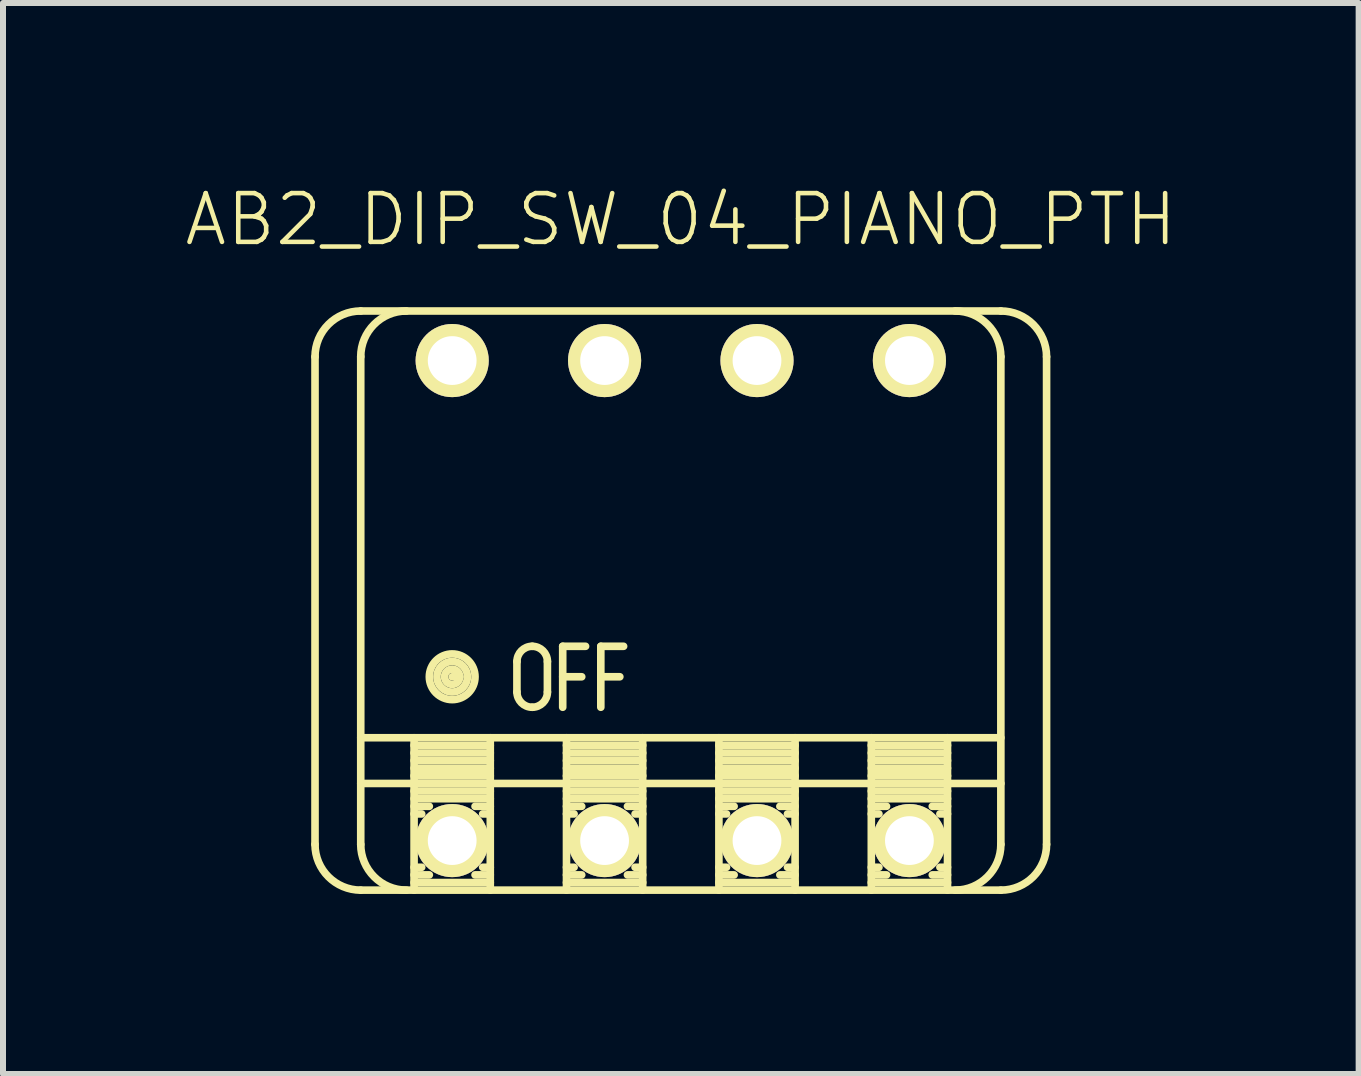
<source format=kicad_pcb>
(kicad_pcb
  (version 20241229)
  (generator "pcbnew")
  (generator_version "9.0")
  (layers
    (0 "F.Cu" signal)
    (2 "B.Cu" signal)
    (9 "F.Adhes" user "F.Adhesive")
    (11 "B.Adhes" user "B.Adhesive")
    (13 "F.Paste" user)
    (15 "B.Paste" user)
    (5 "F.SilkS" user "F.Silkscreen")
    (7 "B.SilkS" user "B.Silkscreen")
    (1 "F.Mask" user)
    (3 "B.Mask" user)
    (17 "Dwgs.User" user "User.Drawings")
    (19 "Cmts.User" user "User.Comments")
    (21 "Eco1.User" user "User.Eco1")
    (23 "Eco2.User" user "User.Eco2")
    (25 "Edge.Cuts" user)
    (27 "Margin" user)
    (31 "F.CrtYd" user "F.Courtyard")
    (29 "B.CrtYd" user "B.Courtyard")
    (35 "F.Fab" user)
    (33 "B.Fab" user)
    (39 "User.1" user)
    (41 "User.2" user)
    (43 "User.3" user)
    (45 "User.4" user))
  (footprint "AB2_DIP_SW_04_PIANO_PTH"
    (layer "F.Cu")
    (at 8.296 6.959)
    (property "Reference" "AB2_DIP_SW_04_PIANO_PTH" (at 0 -6.35 0) (layer "F.SilkS") (effects (font (size 0.813 0.813) (thickness 0.076))))
    (attr through_hole)
    (fp_line (start -6.096 4.064) (end -6.096 -4.064) (stroke (width 0.127) (type solid)) (layer "F.SilkS"))
    (fp_line (start -5.334 -4.826) (end 5.334 -4.826) (stroke (width 0.127) (type solid)) (layer "F.SilkS"))
    (fp_line (start -5.334 -4.064) (end -5.334 4.064) (stroke (width 0.127) (type solid)) (layer "F.SilkS"))
    (fp_line (start -5.334 2.286) (end 5.334 2.286) (stroke (width 0.127) (type solid)) (layer "F.SilkS"))
    (fp_line (start -5.334 3.048) (end 5.334 3.048) (stroke (width 0.127) (type solid)) (layer "F.SilkS"))
    (fp_line (start -4.445 2.286) (end -4.445 4.826) (stroke (width 0.127) (type solid)) (layer "F.SilkS"))
    (fp_line (start -4.445 2.413) (end -3.175 2.413) (stroke (width 0.127) (type solid)) (layer "F.SilkS"))
    (fp_line (start -4.445 2.54) (end -3.175 2.54) (stroke (width 0.127) (type solid)) (layer "F.SilkS"))
    (fp_line (start -4.445 2.667) (end -3.175 2.667) (stroke (width 0.127) (type solid)) (layer "F.SilkS"))
    (fp_line (start -4.445 2.794) (end -3.175 2.794) (stroke (width 0.127) (type solid)) (layer "F.SilkS"))
    (fp_line (start -4.445 2.921) (end -3.175 2.921) (stroke (width 0.127) (type solid)) (layer "F.SilkS"))
    (fp_line (start -4.445 3.048) (end -3.175 3.048) (stroke (width 0.127) (type solid)) (layer "F.SilkS"))
    (fp_line (start -4.445 3.175) (end -3.175 3.175) (stroke (width 0.127) (type solid)) (layer "F.SilkS"))
    (fp_line (start -4.445 3.302) (end -3.175 3.302) (stroke (width 0.127) (type solid)) (layer "F.SilkS"))
    (fp_line (start -4.445 3.429) (end -4.191 3.429) (stroke (width 0.127) (type solid)) (layer "F.SilkS"))
    (fp_line (start -4.445 3.556) (end -4.318 3.556) (stroke (width 0.127) (type solid)) (layer "F.SilkS"))
    (fp_line (start -4.445 4.445) (end -4.318 4.445) (stroke (width 0.127) (type solid)) (layer "F.SilkS"))
    (fp_line (start -4.445 4.572) (end -4.191 4.572) (stroke (width 0.127) (type solid)) (layer "F.SilkS"))
    (fp_line (start -4.445 4.699) (end -3.175 4.699) (stroke (width 0.127) (type solid)) (layer "F.SilkS"))
    (fp_line (start -3.81 1.27) (end -3.683 1.27) (stroke (width 0.127) (type solid)) (layer "F.SilkS"))
    (fp_line (start -3.429 3.429) (end -3.175 3.429) (stroke (width 0.127) (type solid)) (layer "F.SilkS"))
    (fp_line (start -3.302 3.556) (end -3.175 3.556) (stroke (width 0.127) (type solid)) (layer "F.SilkS"))
    (fp_line (start -3.175 2.286) (end -3.175 4.826) (stroke (width 0.127) (type solid)) (layer "F.SilkS"))
    (fp_line (start -3.175 4.445) (end -3.302 4.445) (stroke (width 0.127) (type solid)) (layer "F.SilkS"))
    (fp_line (start -3.175 4.572) (end -3.429 4.572) (stroke (width 0.127) (type solid)) (layer "F.SilkS"))
    (fp_line (start -2.731 1.524) (end -2.731 1.016) (stroke (width 0.127) (type solid)) (layer "F.SilkS"))
    (fp_line (start -2.223 1.524) (end -2.223 1.016) (stroke (width 0.127) (type solid)) (layer "F.SilkS"))
    (fp_line (start -1.968 0.762) (end -1.587 0.762) (stroke (width 0.127) (type solid)) (layer "F.SilkS"))
    (fp_line (start -1.968 1.778) (end -1.968 0.762) (stroke (width 0.127) (type solid)) (layer "F.SilkS"))
    (fp_line (start -1.905 2.286) (end -1.905 4.826) (stroke (width 0.127) (type solid)) (layer "F.SilkS"))
    (fp_line (start -1.905 2.413) (end -0.635 2.413) (stroke (width 0.127) (type solid)) (layer "F.SilkS"))
    (fp_line (start -1.905 2.54) (end -0.635 2.54) (stroke (width 0.127) (type solid)) (layer "F.SilkS"))
    (fp_line (start -1.905 2.667) (end -0.635 2.667) (stroke (width 0.127) (type solid)) (layer "F.SilkS"))
    (fp_line (start -1.905 2.794) (end -0.635 2.794) (stroke (width 0.127) (type solid)) (layer "F.SilkS"))
    (fp_line (start -1.905 2.921) (end -0.635 2.921) (stroke (width 0.127) (type solid)) (layer "F.SilkS"))
    (fp_line (start -1.905 3.048) (end -0.635 3.048) (stroke (width 0.127) (type solid)) (layer "F.SilkS"))
    (fp_line (start -1.905 3.175) (end -0.635 3.175) (stroke (width 0.127) (type solid)) (layer "F.SilkS"))
    (fp_line (start -1.905 3.302) (end -0.635 3.302) (stroke (width 0.127) (type solid)) (layer "F.SilkS"))
    (fp_line (start -1.905 3.429) (end -1.651 3.429) (stroke (width 0.127) (type solid)) (layer "F.SilkS"))
    (fp_line (start -1.905 3.556) (end -1.778 3.556) (stroke (width 0.127) (type solid)) (layer "F.SilkS"))
    (fp_line (start -1.905 4.445) (end -1.778 4.445) (stroke (width 0.127) (type solid)) (layer "F.SilkS"))
    (fp_line (start -1.905 4.572) (end -1.651 4.572) (stroke (width 0.127) (type solid)) (layer "F.SilkS"))
    (fp_line (start -1.905 4.699) (end -0.635 4.699) (stroke (width 0.127) (type solid)) (layer "F.SilkS"))
    (fp_line (start -1.651 1.27) (end -1.968 1.27) (stroke (width 0.127) (type solid)) (layer "F.SilkS"))
    (fp_line (start -1.333 0.762) (end -0.953 0.762) (stroke (width 0.127) (type solid)) (layer "F.SilkS"))
    (fp_line (start -1.333 1.778) (end -1.333 0.762) (stroke (width 0.127) (type solid)) (layer "F.SilkS"))
    (fp_line (start -1.016 1.27) (end -1.333 1.27) (stroke (width 0.127) (type solid)) (layer "F.SilkS"))
    (fp_line (start -0.889 3.429) (end -0.635 3.429) (stroke (width 0.127) (type solid)) (layer "F.SilkS"))
    (fp_line (start -0.762 3.556) (end -0.635 3.556) (stroke (width 0.127) (type solid)) (layer "F.SilkS"))
    (fp_line (start -0.635 2.286) (end -0.635 4.826) (stroke (width 0.127) (type solid)) (layer "F.SilkS"))
    (fp_line (start -0.635 4.445) (end -0.762 4.445) (stroke (width 0.127) (type solid)) (layer "F.SilkS"))
    (fp_line (start -0.635 4.572) (end -0.889 4.572) (stroke (width 0.127) (type solid)) (layer "F.SilkS"))
    (fp_line (start 0.635 2.286) (end 0.635 4.826) (stroke (width 0.127) (type solid)) (layer "F.SilkS"))
    (fp_line (start 0.635 2.413) (end 1.905 2.413) (stroke (width 0.127) (type solid)) (layer "F.SilkS"))
    (fp_line (start 0.635 2.54) (end 1.905 2.54) (stroke (width 0.127) (type solid)) (layer "F.SilkS"))
    (fp_line (start 0.635 2.667) (end 1.905 2.667) (stroke (width 0.127) (type solid)) (layer "F.SilkS"))
    (fp_line (start 0.635 2.794) (end 1.905 2.794) (stroke (width 0.127) (type solid)) (layer "F.SilkS"))
    (fp_line (start 0.635 2.921) (end 1.905 2.921) (stroke (width 0.127) (type solid)) (layer "F.SilkS"))
    (fp_line (start 0.635 3.048) (end 1.905 3.048) (stroke (width 0.127) (type solid)) (layer "F.SilkS"))
    (fp_line (start 0.635 3.175) (end 1.905 3.175) (stroke (width 0.127) (type solid)) (layer "F.SilkS"))
    (fp_line (start 0.635 3.302) (end 1.905 3.302) (stroke (width 0.127) (type solid)) (layer "F.SilkS"))
    (fp_line (start 0.635 3.429) (end 0.889 3.429) (stroke (width 0.127) (type solid)) (layer "F.SilkS"))
    (fp_line (start 0.635 3.556) (end 0.762 3.556) (stroke (width 0.127) (type solid)) (layer "F.SilkS"))
    (fp_line (start 0.635 4.445) (end 0.762 4.445) (stroke (width 0.127) (type solid)) (layer "F.SilkS"))
    (fp_line (start 0.635 4.572) (end 0.889 4.572) (stroke (width 0.127) (type solid)) (layer "F.SilkS"))
    (fp_line (start 0.635 4.699) (end 1.905 4.699) (stroke (width 0.127) (type solid)) (layer "F.SilkS"))
    (fp_line (start 1.651 3.429) (end 1.905 3.429) (stroke (width 0.127) (type solid)) (layer "F.SilkS"))
    (fp_line (start 1.778 3.556) (end 1.905 3.556) (stroke (width 0.127) (type solid)) (layer "F.SilkS"))
    (fp_line (start 1.905 2.286) (end 1.905 4.826) (stroke (width 0.127) (type solid)) (layer "F.SilkS"))
    (fp_line (start 1.905 4.445) (end 1.778 4.445) (stroke (width 0.127) (type solid)) (layer "F.SilkS"))
    (fp_line (start 1.905 4.572) (end 1.651 4.572) (stroke (width 0.127) (type solid)) (layer "F.SilkS"))
    (fp_line (start 3.175 2.286) (end 3.175 4.826) (stroke (width 0.127) (type solid)) (layer "F.SilkS"))
    (fp_line (start 3.175 2.413) (end 4.445 2.413) (stroke (width 0.127) (type solid)) (layer "F.SilkS"))
    (fp_line (start 3.175 2.54) (end 4.445 2.54) (stroke (width 0.127) (type solid)) (layer "F.SilkS"))
    (fp_line (start 3.175 2.667) (end 4.445 2.667) (stroke (width 0.127) (type solid)) (layer "F.SilkS"))
    (fp_line (start 3.175 2.794) (end 4.445 2.794) (stroke (width 0.127) (type solid)) (layer "F.SilkS"))
    (fp_line (start 3.175 2.921) (end 4.445 2.921) (stroke (width 0.127) (type solid)) (layer "F.SilkS"))
    (fp_line (start 3.175 3.048) (end 4.445 3.048) (stroke (width 0.127) (type solid)) (layer "F.SilkS"))
    (fp_line (start 3.175 3.175) (end 4.445 3.175) (stroke (width 0.127) (type solid)) (layer "F.SilkS"))
    (fp_line (start 3.175 3.302) (end 4.445 3.302) (stroke (width 0.127) (type solid)) (layer "F.SilkS"))
    (fp_line (start 3.175 3.429) (end 3.429 3.429) (stroke (width 0.127) (type solid)) (layer "F.SilkS"))
    (fp_line (start 3.175 3.556) (end 3.302 3.556) (stroke (width 0.127) (type solid)) (layer "F.SilkS"))
    (fp_line (start 3.175 4.445) (end 3.302 4.445) (stroke (width 0.127) (type solid)) (layer "F.SilkS"))
    (fp_line (start 3.175 4.572) (end 3.429 4.572) (stroke (width 0.127) (type solid)) (layer "F.SilkS"))
    (fp_line (start 3.175 4.699) (end 4.445 4.699) (stroke (width 0.127) (type solid)) (layer "F.SilkS"))
    (fp_line (start 4.191 3.429) (end 4.445 3.429) (stroke (width 0.127) (type solid)) (layer "F.SilkS"))
    (fp_line (start 4.318 3.556) (end 4.445 3.556) (stroke (width 0.127) (type solid)) (layer "F.SilkS"))
    (fp_line (start 4.445 2.286) (end 4.445 4.826) (stroke (width 0.127) (type solid)) (layer "F.SilkS"))
    (fp_line (start 4.445 4.445) (end 4.318 4.445) (stroke (width 0.127) (type solid)) (layer "F.SilkS"))
    (fp_line (start 4.445 4.572) (end 4.191 4.572) (stroke (width 0.127) (type solid)) (layer "F.SilkS"))
    (fp_line (start 5.334 4.064) (end 5.334 -4.064) (stroke (width 0.127) (type solid)) (layer "F.SilkS"))
    (fp_line (start 5.334 4.826) (end -5.334 4.826) (stroke (width 0.127) (type solid)) (layer "F.SilkS"))
    (fp_line (start 6.096 -4.064) (end 6.096 4.064) (stroke (width 0.127) (type solid)) (layer "F.SilkS"))
    (fp_arc (start -6.096 -4.064) (mid -5.872815 -4.602815) (end -5.334 -4.826) (stroke (width 0.127) (type solid)) (layer "F.SilkS"))
    (fp_arc (start -5.334 -4.064) (mid -5.110815 -4.602815) (end -4.572 -4.826) (stroke (width 0.127) (type solid)) (layer "F.SilkS"))
    (fp_arc (start -5.334 4.826) (mid -5.872815 4.602815) (end -6.096 4.064) (stroke (width 0.127) (type solid)) (layer "F.SilkS"))
    (fp_arc (start -4.572 4.826) (mid -5.110815 4.602815) (end -5.334 4.064) (stroke (width 0.127) (type solid)) (layer "F.SilkS"))
    (fp_arc (start -2.7305 1.016) (mid -2.656105 0.836395) (end -2.4765 0.762) (stroke (width 0.127) (type solid)) (layer "F.SilkS"))
    (fp_arc (start -2.4765 0.762) (mid -2.296895 0.836395) (end -2.2225 1.016) (stroke (width 0.127) (type solid)) (layer "F.SilkS"))
    (fp_arc (start -2.4765 1.778) (mid -2.656105 1.703605) (end -2.7305 1.524) (stroke (width 0.127) (type solid)) (layer "F.SilkS"))
    (fp_arc (start -2.2225 1.524) (mid -2.296895 1.703605) (end -2.4765 1.778) (stroke (width 0.127) (type solid)) (layer "F.SilkS"))
    (fp_arc (start 4.572 -4.826) (mid 5.110815 -4.602815) (end 5.334 -4.064) (stroke (width 0.127) (type solid)) (layer "F.SilkS"))
    (fp_arc (start 5.334 -4.826) (mid 5.872815 -4.602815) (end 6.096 -4.064) (stroke (width 0.127) (type solid)) (layer "F.SilkS"))
    (fp_arc (start 5.334 4.064) (mid 5.110815 4.602815) (end 4.572 4.826) (stroke (width 0.127) (type solid)) (layer "F.SilkS"))
    (fp_arc (start 6.096 4.064) (mid 5.872815 4.602815) (end 5.334 4.826) (stroke (width 0.127) (type solid)) (layer "F.SilkS"))
    (fp_circle (center -3.81 1.27) (end -3.81 0.889) (stroke (width 0.127) (type solid)) (fill no) (layer "F.SilkS"))
    (fp_circle (center -3.81 1.27) (end -3.81 1.016) (stroke (width 0.127) (type solid)) (fill no) (layer "F.SilkS"))
    (fp_circle (center -3.81 1.27) (end -3.81 1.143) (stroke (width 0.127) (type solid)) (fill no) (layer "F.SilkS"))
    (pad "1" thru_hole circle (at -3.81 4) (size 1.219 1.219) (drill 0.813) (layers "*.Cu" "*.Mask" "F.SilkS"))
    (pad "2" thru_hole circle (at -1.27 4) (size 1.219 1.219) (drill 0.813) (layers "*.Cu" "*.Mask" "F.SilkS"))
    (pad "3" thru_hole circle (at 1.27 4) (size 1.219 1.219) (drill 0.813) (layers "*.Cu" "*.Mask" "F.SilkS"))
    (pad "4" thru_hole circle (at 3.81 4) (size 1.219 1.219) (drill 0.813) (layers "*.Cu" "*.Mask" "F.SilkS"))
    (pad "5" thru_hole circle (at 3.81 -4) (size 1.219 1.219) (drill 0.813) (layers "*.Cu" "*.Mask" "F.SilkS"))
    (pad "6" thru_hole circle (at 1.27 -4) (size 1.219 1.219) (drill 0.813) (layers "*.Cu" "*.Mask" "F.SilkS"))
    (pad "7" thru_hole circle (at -1.27 -4) (size 1.219 1.219) (drill 0.813) (layers "*.Cu" "*.Mask" "F.SilkS"))
    (pad "8" thru_hole circle (at -3.81 -4) (size 1.219 1.219) (drill 0.813) (layers "*.Cu" "*.Mask" "F.SilkS")))
  (gr_rect
    (start -3 -3)
    (end 19.593 14.849)
    (stroke (width 0.1) (type default))
    (fill no)
    (layer "Edge.Cuts")))
</source>
